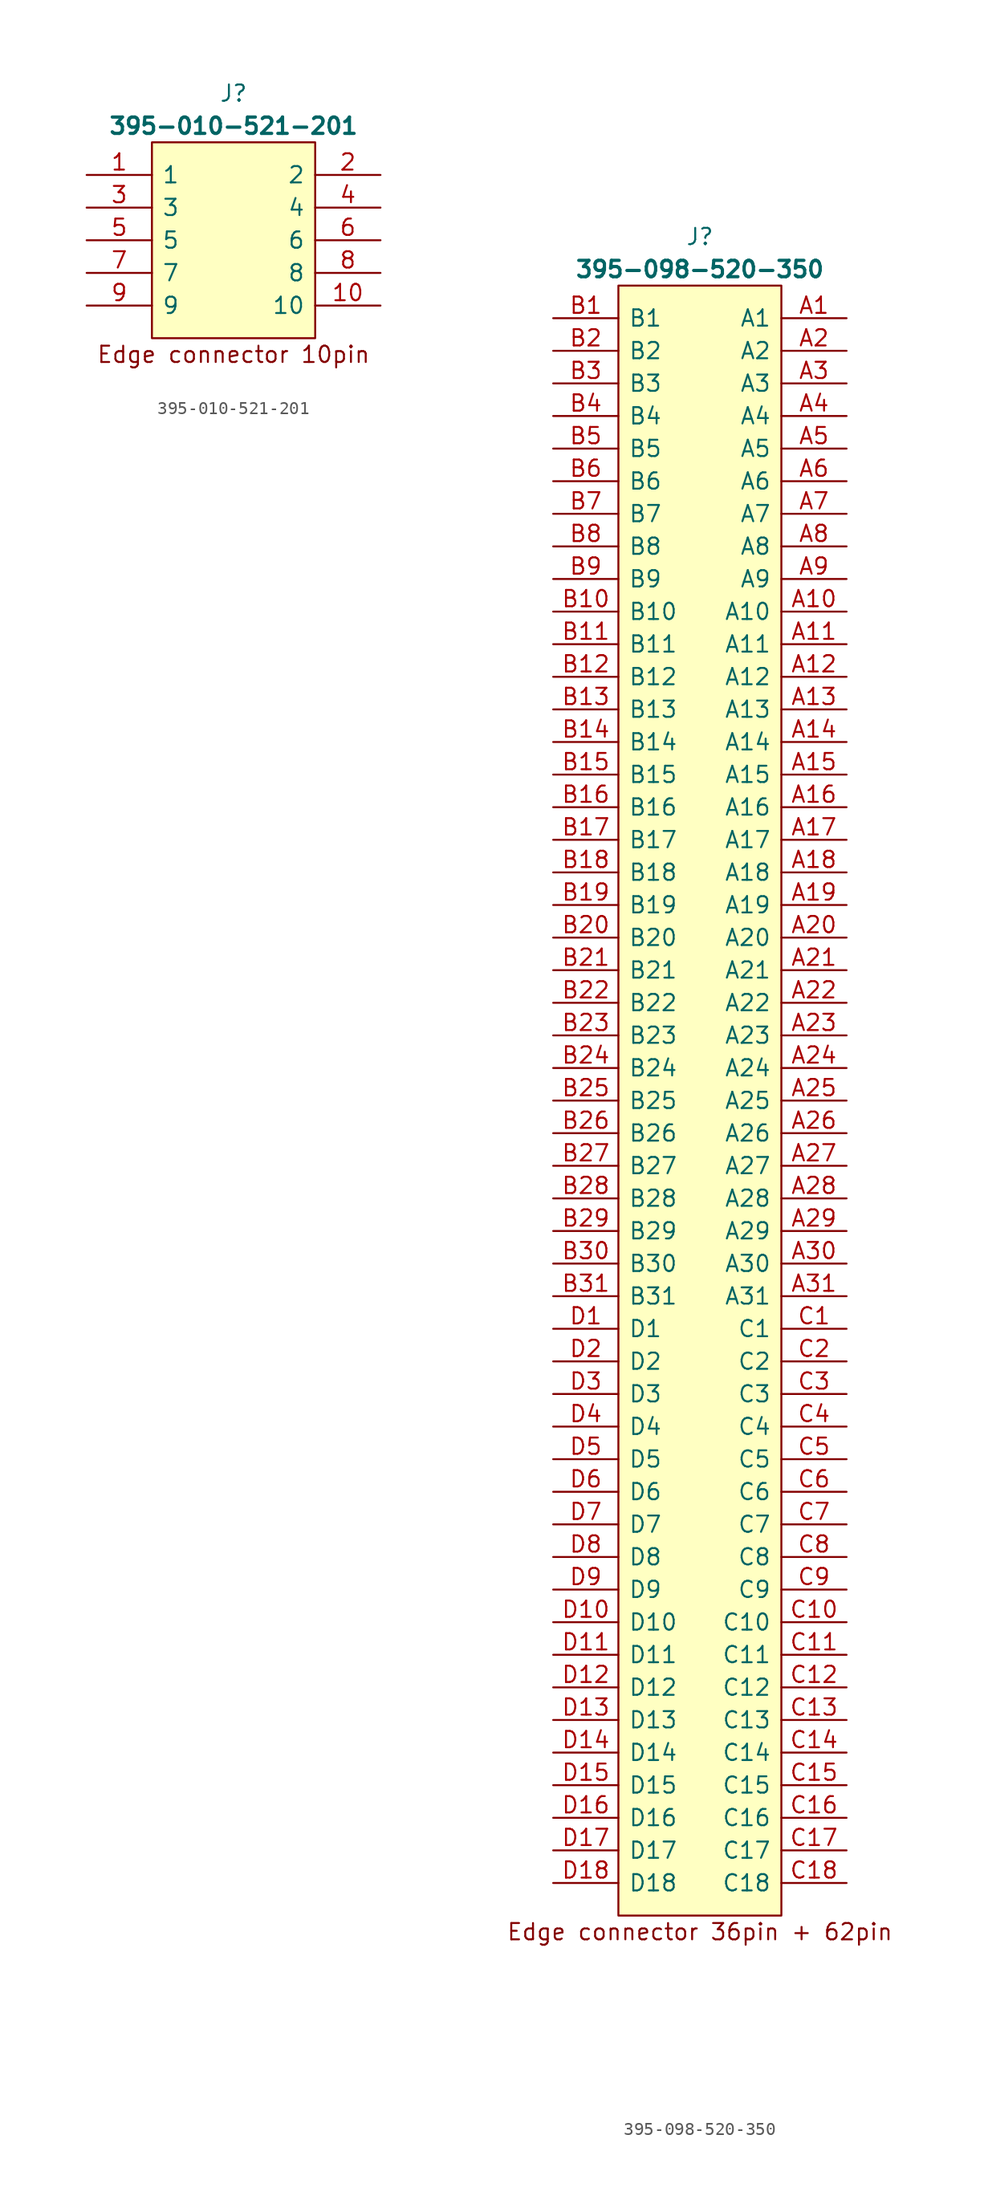
<source format=kicad_sym>
(kicad_symbol_lib
  (version 20231120)
  (generator "kicad_symbol_editor")
  (generator_version "8.0")
  (symbol "395-010-521-201"
    (pin_names
      (offset 0.762))
    (property "Reference" "J"
      (at 11.43 6.35 0)
      (effects (font (size 1.27 1.27))))
    (property "Value" "395-010-521-201"
      (at 11.43 3.81 0)
      (effects (font (size 1.27 1.27) (bold yes))))
    (symbol "395-010-521-201_0_0"
      (pin passive line (at 0 0 0) (length 5.08) (name "1" (effects (font (size 1.27 1.27)))) (number "1" (effects (font (size 1.27 1.27)))))
      (pin passive line (at 22.86 -10.16 180) (length 5.08) (name "10" (effects (font (size 1.27 1.27)))) (number "10" (effects (font (size 1.27 1.27)))))
      (pin passive line (at 22.86 0 180) (length 5.08) (name "2" (effects (font (size 1.27 1.27)))) (number "2" (effects (font (size 1.27 1.27)))))
      (pin passive line (at 0 -2.54 0) (length 5.08) (name "3" (effects (font (size 1.27 1.27)))) (number "3" (effects (font (size 1.27 1.27)))))
      (pin passive line (at 22.86 -2.54 180) (length 5.08) (name "4" (effects (font (size 1.27 1.27)))) (number "4" (effects (font (size 1.27 1.27)))))
      (pin passive line (at 0 -5.08 0) (length 5.08) (name "5" (effects (font (size 1.27 1.27)))) (number "5" (effects (font (size 1.27 1.27)))))
      (pin passive line (at 22.86 -5.08 180) (length 5.08) (name "6" (effects (font (size 1.27 1.27)))) (number "6" (effects (font (size 1.27 1.27)))))
      (pin passive line (at 0 -7.62 0) (length 5.08) (name "7" (effects (font (size 1.27 1.27)))) (number "7" (effects (font (size 1.27 1.27)))))
      (pin passive line (at 22.86 -7.62 180) (length 5.08) (name "8" (effects (font (size 1.27 1.27)))) (number "8" (effects (font (size 1.27 1.27)))))
      (pin passive line (at 0 -10.16 0) (length 5.08) (name "9" (effects (font (size 1.27 1.27)))) (number "9" (effects (font (size 1.27 1.27))))))
    (symbol "395-010-521-201_1_1"
      (polyline (pts (xy 5.08 2.54) (xy 17.78 2.54) (xy 17.78 -12.7) (xy 5.08 -12.7) (xy 5.08 2.54)) (stroke (width 0.152) (type solid)) (fill (type background)))
      (text "Edge connector 10pin" (at 11.43 -13.97 0) (effects (font (size 1.27 1.27))))))
  (symbol "395-098-520-350"
    (pin_names
      (offset 0.762))
    (property "Reference" "J"
      (at 11.43 6.35 0)
      (effects (font (size 1.27 1.27))))
    (property "Value" "395-098-520-350"
      (at 11.43 3.81 0)
      (effects (font (size 1.27 1.27) (bold yes))))
    (symbol "395-098-520-350_0_0"
      (pin passive line (at 22.86 0 180) (length 5.08) (name "A1" (effects (font (size 1.27 1.27)))) (number "A1" (effects (font (size 1.27 1.27)))))
      (pin passive line (at 22.86 -22.86 180) (length 5.08) (name "A10" (effects (font (size 1.27 1.27)))) (number "A10" (effects (font (size 1.27 1.27)))))
      (pin passive line (at 22.86 -25.4 180) (length 5.08) (name "A11" (effects (font (size 1.27 1.27)))) (number "A11" (effects (font (size 1.27 1.27)))))
      (pin passive line (at 22.86 -27.94 180) (length 5.08) (name "A12" (effects (font (size 1.27 1.27)))) (number "A12" (effects (font (size 1.27 1.27)))))
      (pin passive line (at 22.86 -30.48 180) (length 5.08) (name "A13" (effects (font (size 1.27 1.27)))) (number "A13" (effects (font (size 1.27 1.27)))))
      (pin passive line (at 22.86 -33.02 180) (length 5.08) (name "A14" (effects (font (size 1.27 1.27)))) (number "A14" (effects (font (size 1.27 1.27)))))
      (pin passive line (at 22.86 -35.56 180) (length 5.08) (name "A15" (effects (font (size 1.27 1.27)))) (number "A15" (effects (font (size 1.27 1.27)))))
      (pin passive line (at 22.86 -38.1 180) (length 5.08) (name "A16" (effects (font (size 1.27 1.27)))) (number "A16" (effects (font (size 1.27 1.27)))))
      (pin passive line (at 22.86 -40.64 180) (length 5.08) (name "A17" (effects (font (size 1.27 1.27)))) (number "A17" (effects (font (size 1.27 1.27)))))
      (pin passive line (at 22.86 -43.18 180) (length 5.08) (name "A18" (effects (font (size 1.27 1.27)))) (number "A18" (effects (font (size 1.27 1.27)))))
      (pin passive line (at 22.86 -45.72 180) (length 5.08) (name "A19" (effects (font (size 1.27 1.27)))) (number "A19" (effects (font (size 1.27 1.27)))))
      (pin passive line (at 22.86 -2.54 180) (length 5.08) (name "A2" (effects (font (size 1.27 1.27)))) (number "A2" (effects (font (size 1.27 1.27)))))
      (pin passive line (at 22.86 -48.26 180) (length 5.08) (name "A20" (effects (font (size 1.27 1.27)))) (number "A20" (effects (font (size 1.27 1.27)))))
      (pin passive line (at 22.86 -50.8 180) (length 5.08) (name "A21" (effects (font (size 1.27 1.27)))) (number "A21" (effects (font (size 1.27 1.27)))))
      (pin passive line (at 22.86 -53.34 180) (length 5.08) (name "A22" (effects (font (size 1.27 1.27)))) (number "A22" (effects (font (size 1.27 1.27)))))
      (pin passive line (at 22.86 -55.88 180) (length 5.08) (name "A23" (effects (font (size 1.27 1.27)))) (number "A23" (effects (font (size 1.27 1.27)))))
      (pin passive line (at 22.86 -58.42 180) (length 5.08) (name "A24" (effects (font (size 1.27 1.27)))) (number "A24" (effects (font (size 1.27 1.27)))))
      (pin passive line (at 22.86 -60.96 180) (length 5.08) (name "A25" (effects (font (size 1.27 1.27)))) (number "A25" (effects (font (size 1.27 1.27)))))
      (pin passive line (at 22.86 -63.5 180) (length 5.08) (name "A26" (effects (font (size 1.27 1.27)))) (number "A26" (effects (font (size 1.27 1.27)))))
      (pin passive line (at 22.86 -66.04 180) (length 5.08) (name "A27" (effects (font (size 1.27 1.27)))) (number "A27" (effects (font (size 1.27 1.27)))))
      (pin passive line (at 22.86 -68.58 180) (length 5.08) (name "A28" (effects (font (size 1.27 1.27)))) (number "A28" (effects (font (size 1.27 1.27)))))
      (pin passive line (at 22.86 -71.12 180) (length 5.08) (name "A29" (effects (font (size 1.27 1.27)))) (number "A29" (effects (font (size 1.27 1.27)))))
      (pin passive line (at 22.86 -5.08 180) (length 5.08) (name "A3" (effects (font (size 1.27 1.27)))) (number "A3" (effects (font (size 1.27 1.27)))))
      (pin passive line (at 22.86 -73.66 180) (length 5.08) (name "A30" (effects (font (size 1.27 1.27)))) (number "A30" (effects (font (size 1.27 1.27)))))
      (pin passive line (at 22.86 -76.2 180) (length 5.08) (name "A31" (effects (font (size 1.27 1.27)))) (number "A31" (effects (font (size 1.27 1.27)))))
      (pin passive line (at 22.86 -7.62 180) (length 5.08) (name "A4" (effects (font (size 1.27 1.27)))) (number "A4" (effects (font (size 1.27 1.27)))))
      (pin passive line (at 22.86 -10.16 180) (length 5.08) (name "A5" (effects (font (size 1.27 1.27)))) (number "A5" (effects (font (size 1.27 1.27)))))
      (pin passive line (at 22.86 -12.7 180) (length 5.08) (name "A6" (effects (font (size 1.27 1.27)))) (number "A6" (effects (font (size 1.27 1.27)))))
      (pin passive line (at 22.86 -15.24 180) (length 5.08) (name "A7" (effects (font (size 1.27 1.27)))) (number "A7" (effects (font (size 1.27 1.27)))))
      (pin passive line (at 22.86 -17.78 180) (length 5.08) (name "A8" (effects (font (size 1.27 1.27)))) (number "A8" (effects (font (size 1.27 1.27)))))
      (pin passive line (at 22.86 -20.32 180) (length 5.08) (name "A9" (effects (font (size 1.27 1.27)))) (number "A9" (effects (font (size 1.27 1.27)))))
      (pin passive line (at 0 0 0) (length 5.08) (name "B1" (effects (font (size 1.27 1.27)))) (number "B1" (effects (font (size 1.27 1.27)))))
      (pin passive line (at 0 -22.86 0) (length 5.08) (name "B10" (effects (font (size 1.27 1.27)))) (number "B10" (effects (font (size 1.27 1.27)))))
      (pin passive line (at 0 -25.4 0) (length 5.08) (name "B11" (effects (font (size 1.27 1.27)))) (number "B11" (effects (font (size 1.27 1.27)))))
      (pin passive line (at 0 -27.94 0) (length 5.08) (name "B12" (effects (font (size 1.27 1.27)))) (number "B12" (effects (font (size 1.27 1.27)))))
      (pin passive line (at 0 -30.48 0) (length 5.08) (name "B13" (effects (font (size 1.27 1.27)))) (number "B13" (effects (font (size 1.27 1.27)))))
      (pin passive line (at 0 -33.02 0) (length 5.08) (name "B14" (effects (font (size 1.27 1.27)))) (number "B14" (effects (font (size 1.27 1.27)))))
      (pin passive line (at 0 -35.56 0) (length 5.08) (name "B15" (effects (font (size 1.27 1.27)))) (number "B15" (effects (font (size 1.27 1.27)))))
      (pin passive line (at 0 -38.1 0) (length 5.08) (name "B16" (effects (font (size 1.27 1.27)))) (number "B16" (effects (font (size 1.27 1.27)))))
      (pin passive line (at 0 -40.64 0) (length 5.08) (name "B17" (effects (font (size 1.27 1.27)))) (number "B17" (effects (font (size 1.27 1.27)))))
      (pin passive line (at 0 -43.18 0) (length 5.08) (name "B18" (effects (font (size 1.27 1.27)))) (number "B18" (effects (font (size 1.27 1.27)))))
      (pin passive line (at 0 -45.72 0) (length 5.08) (name "B19" (effects (font (size 1.27 1.27)))) (number "B19" (effects (font (size 1.27 1.27)))))
      (pin passive line (at 0 -2.54 0) (length 5.08) (name "B2" (effects (font (size 1.27 1.27)))) (number "B2" (effects (font (size 1.27 1.27)))))
      (pin passive line (at 0 -48.26 0) (length 5.08) (name "B20" (effects (font (size 1.27 1.27)))) (number "B20" (effects (font (size 1.27 1.27)))))
      (pin passive line (at 0 -50.8 0) (length 5.08) (name "B21" (effects (font (size 1.27 1.27)))) (number "B21" (effects (font (size 1.27 1.27)))))
      (pin passive line (at 0 -53.34 0) (length 5.08) (name "B22" (effects (font (size 1.27 1.27)))) (number "B22" (effects (font (size 1.27 1.27)))))
      (pin passive line (at 0 -55.88 0) (length 5.08) (name "B23" (effects (font (size 1.27 1.27)))) (number "B23" (effects (font (size 1.27 1.27)))))
      (pin passive line (at 0 -58.42 0) (length 5.08) (name "B24" (effects (font (size 1.27 1.27)))) (number "B24" (effects (font (size 1.27 1.27)))))
      (pin passive line (at 0 -60.96 0) (length 5.08) (name "B25" (effects (font (size 1.27 1.27)))) (number "B25" (effects (font (size 1.27 1.27)))))
      (pin passive line (at 0 -63.5 0) (length 5.08) (name "B26" (effects (font (size 1.27 1.27)))) (number "B26" (effects (font (size 1.27 1.27)))))
      (pin passive line (at 0 -66.04 0) (length 5.08) (name "B27" (effects (font (size 1.27 1.27)))) (number "B27" (effects (font (size 1.27 1.27)))))
      (pin passive line (at 0 -68.58 0) (length 5.08) (name "B28" (effects (font (size 1.27 1.27)))) (number "B28" (effects (font (size 1.27 1.27)))))
      (pin passive line (at 0 -71.12 0) (length 5.08) (name "B29" (effects (font (size 1.27 1.27)))) (number "B29" (effects (font (size 1.27 1.27)))))
      (pin passive line (at 0 -5.08 0) (length 5.08) (name "B3" (effects (font (size 1.27 1.27)))) (number "B3" (effects (font (size 1.27 1.27)))))
      (pin passive line (at 0 -73.66 0) (length 5.08) (name "B30" (effects (font (size 1.27 1.27)))) (number "B30" (effects (font (size 1.27 1.27)))))
      (pin passive line (at 0 -76.2 0) (length 5.08) (name "B31" (effects (font (size 1.27 1.27)))) (number "B31" (effects (font (size 1.27 1.27)))))
      (pin passive line (at 0 -7.62 0) (length 5.08) (name "B4" (effects (font (size 1.27 1.27)))) (number "B4" (effects (font (size 1.27 1.27)))))
      (pin passive line (at 0 -10.16 0) (length 5.08) (name "B5" (effects (font (size 1.27 1.27)))) (number "B5" (effects (font (size 1.27 1.27)))))
      (pin passive line (at 0 -12.7 0) (length 5.08) (name "B6" (effects (font (size 1.27 1.27)))) (number "B6" (effects (font (size 1.27 1.27)))))
      (pin passive line (at 0 -15.24 0) (length 5.08) (name "B7" (effects (font (size 1.27 1.27)))) (number "B7" (effects (font (size 1.27 1.27)))))
      (pin passive line (at 0 -17.78 0) (length 5.08) (name "B8" (effects (font (size 1.27 1.27)))) (number "B8" (effects (font (size 1.27 1.27)))))
      (pin passive line (at 0 -20.32 0) (length 5.08) (name "B9" (effects (font (size 1.27 1.27)))) (number "B9" (effects (font (size 1.27 1.27)))))
      (pin passive line (at 22.86 -78.74 180) (length 5.08) (name "C1" (effects (font (size 1.27 1.27)))) (number "C1" (effects (font (size 1.27 1.27)))))
      (pin passive line (at 22.86 -101.6 180) (length 5.08) (name "C10" (effects (font (size 1.27 1.27)))) (number "C10" (effects (font (size 1.27 1.27)))))
      (pin passive line (at 22.86 -104.14 180) (length 5.08) (name "C11" (effects (font (size 1.27 1.27)))) (number "C11" (effects (font (size 1.27 1.27)))))
      (pin passive line (at 22.86 -106.68 180) (length 5.08) (name "C12" (effects (font (size 1.27 1.27)))) (number "C12" (effects (font (size 1.27 1.27)))))
      (pin passive line (at 22.86 -109.22 180) (length 5.08) (name "C13" (effects (font (size 1.27 1.27)))) (number "C13" (effects (font (size 1.27 1.27)))))
      (pin passive line (at 22.86 -111.76 180) (length 5.08) (name "C14" (effects (font (size 1.27 1.27)))) (number "C14" (effects (font (size 1.27 1.27)))))
      (pin passive line (at 22.86 -114.3 180) (length 5.08) (name "C15" (effects (font (size 1.27 1.27)))) (number "C15" (effects (font (size 1.27 1.27)))))
      (pin passive line (at 22.86 -116.84 180) (length 5.08) (name "C16" (effects (font (size 1.27 1.27)))) (number "C16" (effects (font (size 1.27 1.27)))))
      (pin passive line (at 22.86 -119.38 180) (length 5.08) (name "C17" (effects (font (size 1.27 1.27)))) (number "C17" (effects (font (size 1.27 1.27)))))
      (pin passive line (at 22.86 -121.92 180) (length 5.08) (name "C18" (effects (font (size 1.27 1.27)))) (number "C18" (effects (font (size 1.27 1.27)))))
      (pin passive line (at 22.86 -81.28 180) (length 5.08) (name "C2" (effects (font (size 1.27 1.27)))) (number "C2" (effects (font (size 1.27 1.27)))))
      (pin passive line (at 22.86 -83.82 180) (length 5.08) (name "C3" (effects (font (size 1.27 1.27)))) (number "C3" (effects (font (size 1.27 1.27)))))
      (pin passive line (at 22.86 -86.36 180) (length 5.08) (name "C4" (effects (font (size 1.27 1.27)))) (number "C4" (effects (font (size 1.27 1.27)))))
      (pin passive line (at 22.86 -88.9 180) (length 5.08) (name "C5" (effects (font (size 1.27 1.27)))) (number "C5" (effects (font (size 1.27 1.27)))))
      (pin passive line (at 22.86 -91.44 180) (length 5.08) (name "C6" (effects (font (size 1.27 1.27)))) (number "C6" (effects (font (size 1.27 1.27)))))
      (pin passive line (at 22.86 -93.98 180) (length 5.08) (name "C7" (effects (font (size 1.27 1.27)))) (number "C7" (effects (font (size 1.27 1.27)))))
      (pin passive line (at 22.86 -96.52 180) (length 5.08) (name "C8" (effects (font (size 1.27 1.27)))) (number "C8" (effects (font (size 1.27 1.27)))))
      (pin passive line (at 22.86 -99.06 180) (length 5.08) (name "C9" (effects (font (size 1.27 1.27)))) (number "C9" (effects (font (size 1.27 1.27)))))
      (pin passive line (at 0 -78.74 0) (length 5.08) (name "D1" (effects (font (size 1.27 1.27)))) (number "D1" (effects (font (size 1.27 1.27)))))
      (pin passive line (at 0 -101.6 0) (length 5.08) (name "D10" (effects (font (size 1.27 1.27)))) (number "D10" (effects (font (size 1.27 1.27)))))
      (pin passive line (at 0 -104.14 0) (length 5.08) (name "D11" (effects (font (size 1.27 1.27)))) (number "D11" (effects (font (size 1.27 1.27)))))
      (pin passive line (at 0 -106.68 0) (length 5.08) (name "D12" (effects (font (size 1.27 1.27)))) (number "D12" (effects (font (size 1.27 1.27)))))
      (pin passive line (at 0 -109.22 0) (length 5.08) (name "D13" (effects (font (size 1.27 1.27)))) (number "D13" (effects (font (size 1.27 1.27)))))
      (pin passive line (at 0 -111.76 0) (length 5.08) (name "D14" (effects (font (size 1.27 1.27)))) (number "D14" (effects (font (size 1.27 1.27)))))
      (pin passive line (at 0 -114.3 0) (length 5.08) (name "D15" (effects (font (size 1.27 1.27)))) (number "D15" (effects (font (size 1.27 1.27)))))
      (pin passive line (at 0 -116.84 0) (length 5.08) (name "D16" (effects (font (size 1.27 1.27)))) (number "D16" (effects (font (size 1.27 1.27)))))
      (pin passive line (at 0 -119.38 0) (length 5.08) (name "D17" (effects (font (size 1.27 1.27)))) (number "D17" (effects (font (size 1.27 1.27)))))
      (pin passive line (at 0 -121.92 0) (length 5.08) (name "D18" (effects (font (size 1.27 1.27)))) (number "D18" (effects (font (size 1.27 1.27)))))
      (pin passive line (at 0 -81.28 0) (length 5.08) (name "D2" (effects (font (size 1.27 1.27)))) (number "D2" (effects (font (size 1.27 1.27)))))
      (pin passive line (at 0 -83.82 0) (length 5.08) (name "D3" (effects (font (size 1.27 1.27)))) (number "D3" (effects (font (size 1.27 1.27)))))
      (pin passive line (at 0 -86.36 0) (length 5.08) (name "D4" (effects (font (size 1.27 1.27)))) (number "D4" (effects (font (size 1.27 1.27)))))
      (pin passive line (at 0 -88.9 0) (length 5.08) (name "D5" (effects (font (size 1.27 1.27)))) (number "D5" (effects (font (size 1.27 1.27)))))
      (pin passive line (at 0 -91.44 0) (length 5.08) (name "D6" (effects (font (size 1.27 1.27)))) (number "D6" (effects (font (size 1.27 1.27)))))
      (pin passive line (at 0 -93.98 0) (length 5.08) (name "D7" (effects (font (size 1.27 1.27)))) (number "D7" (effects (font (size 1.27 1.27)))))
      (pin passive line (at 0 -96.52 0) (length 5.08) (name "D8" (effects (font (size 1.27 1.27)))) (number "D8" (effects (font (size 1.27 1.27)))))
      (pin passive line (at 0 -99.06 0) (length 5.08) (name "D9" (effects (font (size 1.27 1.27)))) (number "D9" (effects (font (size 1.27 1.27))))))
    (symbol "395-098-520-350_1_1"
      (polyline (pts (xy 5.08 2.54) (xy 17.78 2.54) (xy 17.78 -124.46) (xy 5.08 -124.46) (xy 5.08 2.54)) (stroke (width 0.152) (type solid)) (fill (type background)))
      (text "Edge connector 36pin + 62pin" (at 11.43 -125.73 0) (effects (font (size 1.27 1.27)))))))
</source>
